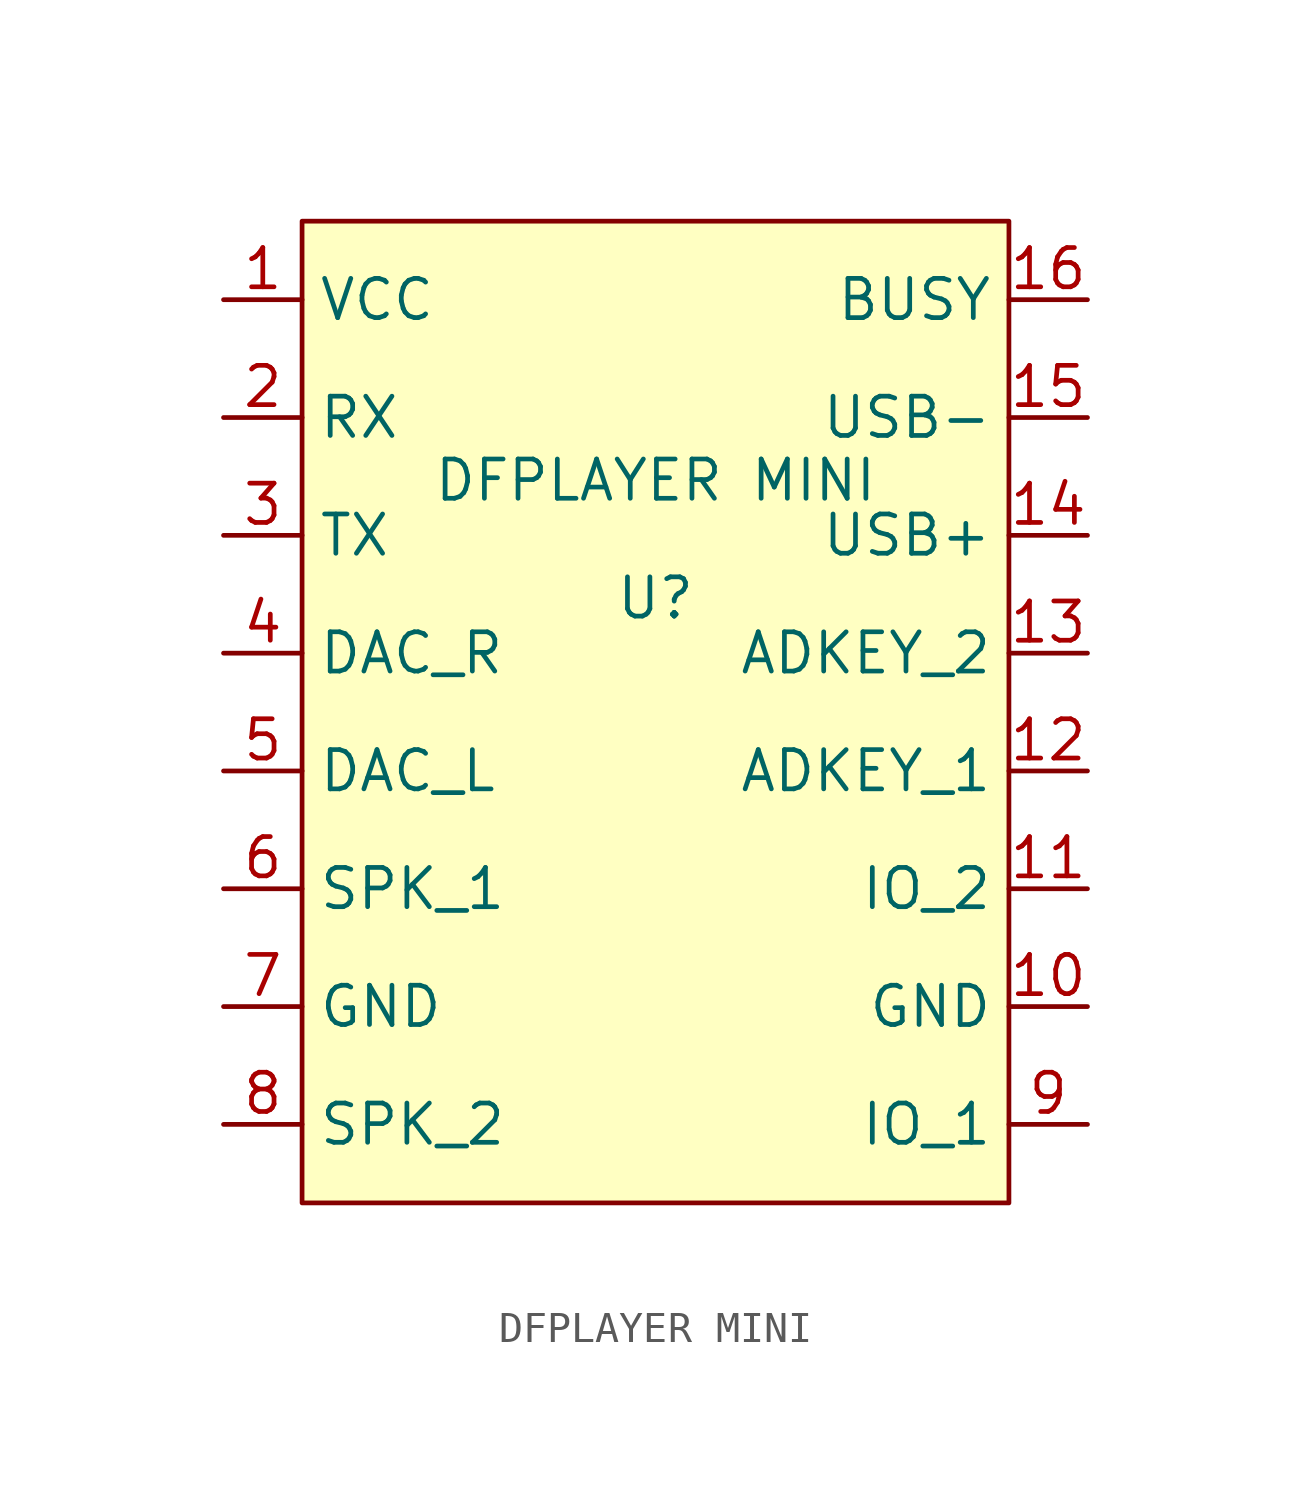
<source format=kicad_sym>
(kicad_symbol_lib
  (version 20241209)
  (generator "kicad_symbol_editor")
  (generator_version "9.0")
  (symbol "DFPLAYER MINI"
    (property "Reference" "U"
      (at 0 1.778 0)
      (effects (font (size 1.27 1.27))))
    (property "Value" "DFPLAYER MINI"
      (at 0 5.588 0)
      (effects (font (size 1.27 1.27))))
    (symbol "DFPLAYER MINI_0_1"
      (rectangle (start -11.43 13.97) (end 11.43 -17.78) (stroke (width 0) (type default)) (fill (type background))))
    (symbol "DFPLAYER MINI_1_1"
      (pin power_in line (at -13.97 11.43 0) (length 2.54) (name "VCC" (effects (font (size 1.27 1.27)))) (number "1" (effects (font (size 1.27 1.27)))))
      (pin input line (at -13.97 7.62 0) (length 2.54) (name "RX" (effects (font (size 1.27 1.27)))) (number "2" (effects (font (size 1.27 1.27)))))
      (pin output line (at -13.97 3.81 0) (length 2.54) (name "TX" (effects (font (size 1.27 1.27)))) (number "3" (effects (font (size 1.27 1.27)))))
      (pin output line (at -13.97 0 0) (length 2.54) (name "DAC_R" (effects (font (size 1.27 1.27)))) (number "4" (effects (font (size 1.27 1.27)))))
      (pin output line (at -13.97 -3.81 0) (length 2.54) (name "DAC_L" (effects (font (size 1.27 1.27)))) (number "5" (effects (font (size 1.27 1.27)))))
      (pin output line (at -13.97 -7.62 0) (length 2.54) (name "SPK_1" (effects (font (size 1.27 1.27)))) (number "6" (effects (font (size 1.27 1.27)))))
      (pin power_in line (at -13.97 -11.43 0) (length 2.54) (name "GND" (effects (font (size 1.27 1.27)))) (number "7" (effects (font (size 1.27 1.27)))))
      (pin output line (at -13.97 -15.24 0) (length 2.54) (name "SPK_2" (effects (font (size 1.27 1.27)))) (number "8" (effects (font (size 1.27 1.27)))))
      (pin output line (at 13.97 11.43 180) (length 2.54) (name "BUSY" (effects (font (size 1.27 1.27)))) (number "16" (effects (font (size 1.27 1.27)))))
      (pin unspecified line (at 13.97 7.62 180) (length 2.54) (name "USB-" (effects (font (size 1.27 1.27)))) (number "15" (effects (font (size 1.27 1.27)))))
      (pin unspecified line (at 13.97 3.81 180) (length 2.54) (name "USB+" (effects (font (size 1.27 1.27)))) (number "14" (effects (font (size 1.27 1.27)))))
      (pin input line (at 13.97 0 180) (length 2.54) (name "ADKEY_2" (effects (font (size 1.27 1.27)))) (number "13" (effects (font (size 1.27 1.27)))))
      (pin input line (at 13.97 -3.81 180) (length 2.54) (name "ADKEY_1" (effects (font (size 1.27 1.27)))) (number "12" (effects (font (size 1.27 1.27)))))
      (pin input line (at 13.97 -7.62 180) (length 2.54) (name "IO_2" (effects (font (size 1.27 1.27)))) (number "11" (effects (font (size 1.27 1.27)))))
      (pin power_in line (at 13.97 -11.43 180) (length 2.54) (name "GND" (effects (font (size 1.27 1.27)))) (number "10" (effects (font (size 1.27 1.27)))))
      (pin input line (at 13.97 -15.24 180) (length 2.54) (name "IO_1" (effects (font (size 1.27 1.27)))) (number "9" (effects (font (size 1.27 1.27))))))))
</source>
